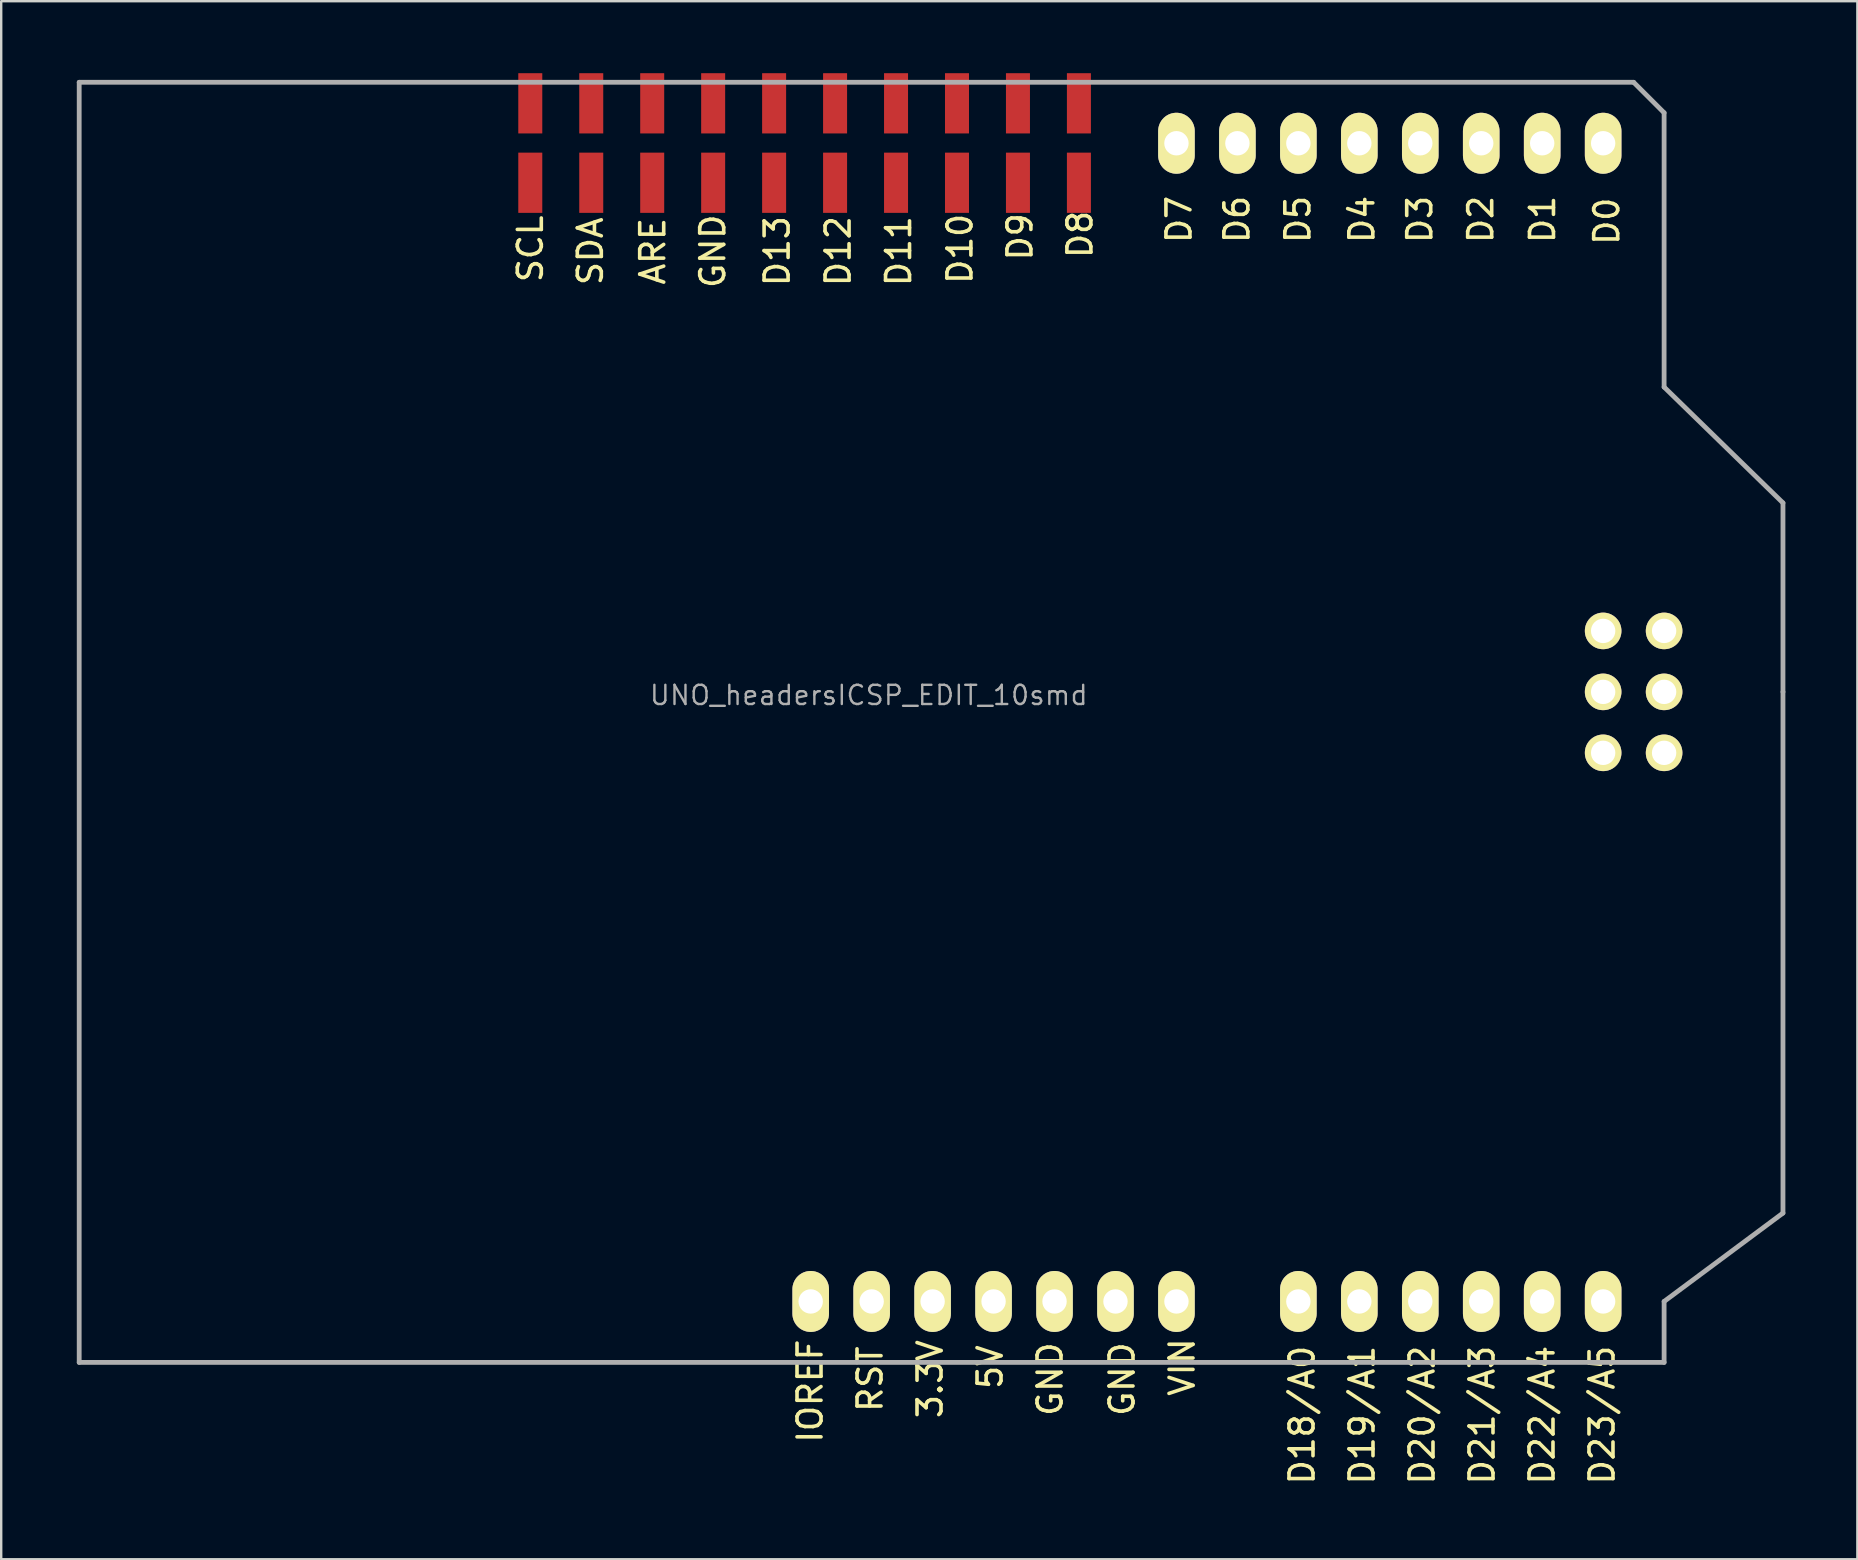
<source format=kicad_pcb>
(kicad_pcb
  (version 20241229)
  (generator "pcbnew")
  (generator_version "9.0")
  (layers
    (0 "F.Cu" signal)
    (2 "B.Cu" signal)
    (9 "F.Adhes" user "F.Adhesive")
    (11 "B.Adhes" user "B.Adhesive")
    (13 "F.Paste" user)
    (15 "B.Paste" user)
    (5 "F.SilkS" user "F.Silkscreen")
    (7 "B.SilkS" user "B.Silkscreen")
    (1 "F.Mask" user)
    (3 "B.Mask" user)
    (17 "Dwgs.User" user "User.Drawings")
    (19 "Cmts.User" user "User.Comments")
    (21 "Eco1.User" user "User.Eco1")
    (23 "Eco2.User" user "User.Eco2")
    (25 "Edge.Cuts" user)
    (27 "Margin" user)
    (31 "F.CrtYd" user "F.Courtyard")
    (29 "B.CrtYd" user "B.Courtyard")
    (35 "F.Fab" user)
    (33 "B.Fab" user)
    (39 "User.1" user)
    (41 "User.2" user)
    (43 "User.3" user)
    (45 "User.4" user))
  (footprint "UNO_headersICSP_EDIT_10smd"
    (layer "F.Cu")
    (at 0.25 53.719)
    (property "Reference" "UNO_headersICSP_EDIT_10smd" (at 32.9 -27.8 0) (layer "F.Fab") (effects (font (size 0.8 0.8) (thickness 0.1))))
    (attr through_hole)
    (fp_line (start 0 0) (end 0 -53.34) (stroke (width 0.2) (type solid)) (layer "F.Fab"))
    (fp_line (start 0 0) (end 66.04 0) (stroke (width 0.2) (type solid)) (layer "F.Fab"))
    (fp_line (start 64.77 -53.34) (end 0 -53.34) (stroke (width 0.2) (type solid)) (layer "F.Fab"))
    (fp_line (start 66.04 -52.07) (end 64.77 -53.34) (stroke (width 0.2) (type solid)) (layer "F.Fab"))
    (fp_line (start 66.04 -40.64) (end 66.04 -52.07) (stroke (width 0.2) (type solid)) (layer "F.Fab"))
    (fp_line (start 66.04 -40.64) (end 70.993 -35.814) (stroke (width 0.2) (type solid)) (layer "F.Fab"))
    (fp_line (start 66.04 -2.54) (end 66.04 0) (stroke (width 0.2) (type solid)) (layer "F.Fab"))
    (fp_line (start 66.04 -2.54) (end 70.993 -6.223) (stroke (width 0.2) (type solid)) (layer "F.Fab"))
    (fp_line (start 70.993 -35.814) (end 70.993 -27.94) (stroke (width 0.2) (type solid)) (layer "F.Fab"))
    (fp_line (start 70.993 -27.94) (end 70.993 -6.223) (stroke (width 0.2) (type solid)) (layer "F.Fab"))
    (fp_text user "D8" (at 41.7 -47 90) (layer "F.SilkS") (effects (font (size 1 1) (thickness 0.15))))
    (fp_text user "D7" (at 45.827 -47.625 90) (layer "F.SilkS") (effects (font (size 1 1) (thickness 0.15))))
    (fp_text user "IOREF" (at 30.455 1.196 90) (layer "F.SilkS") (effects (font (size 1 1) (thickness 0.15))))
    (fp_text user "D2" (at 58.4 -47.625 90) (layer "F.SilkS") (effects (font (size 1 1) (thickness 0.15))))
    (fp_text user "D0" (at 63.65 -47.55 90) (layer "F.SilkS") (effects (font (size 1 1) (thickness 0.15))))
    (fp_text user "3.3V" (at 35.455 0.696 90) (layer "F.SilkS") (effects (font (size 1 1) (thickness 0.15))))
    (fp_text user "D1" (at 60.975 -47.625 90) (layer "F.SilkS") (effects (font (size 1 1) (thickness 0.15))))
    (fp_text user "D19/A1" (at 53.455 2.196 90) (layer "F.SilkS") (effects (font (size 1 1) (thickness 0.15))))
    (fp_text user "ARE" (at 23.9 -46.3 90) (layer "F.SilkS") (effects (font (size 1 1) (thickness 0.15))))
    (fp_text user "GND" (at 43.455 0.696 90) (layer "F.SilkS") (effects (font (size 1 1) (thickness 0.15))))
    (fp_text user "D13" (at 29.083 -46.304 90) (layer "F.SilkS") (effects (font (size 1 1) (thickness 0.15))))
    (fp_text user "D18/A0" (at 50.955 2.196 90) (layer "F.SilkS") (effects (font (size 1 1) (thickness 0.15))))
    (fp_text user "D20/A2" (at 55.955 2.196 90) (layer "F.SilkS") (effects (font (size 1 1) (thickness 0.15))))
    (fp_text user "SDA" (at 21.3 -46.3 90) (layer "F.SilkS") (effects (font (size 1 1) (thickness 0.15))))
    (fp_text user "D5" (at 50.78 -47.625 90) (layer "F.SilkS") (effects (font (size 1 1) (thickness 0.15))))
    (fp_text user "GND" (at 26.4 -46.3 90) (layer "F.SilkS") (effects (font (size 1 1) (thickness 0.15))))
    (fp_text user "D12" (at 31.623 -46.304 90) (layer "F.SilkS") (effects (font (size 1 1) (thickness 0.15))))
    (fp_text user "D4" (at 53.447 -47.625 90) (layer "F.SilkS") (effects (font (size 1 1) (thickness 0.15))))
    (fp_text user "D11" (at 34.143 -46.304 90) (layer "F.SilkS") (effects (font (size 1 1) (thickness 0.15))))
    (fp_text user "D21/A3" (at 58.455 2.196 90) (layer "F.SilkS") (effects (font (size 1 1) (thickness 0.15))))
    (fp_text user "D9" (at 39.2 -46.9 90) (layer "F.SilkS") (effects (font (size 1 1) (thickness 0.15))))
    (fp_text user "D22/A4" (at 60.955 2.196 90) (layer "F.SilkS") (effects (font (size 1 1) (thickness 0.15))))
    (fp_text user "VIN" (at 45.955 0.196 90) (layer "F.SilkS") (effects (font (size 1 1) (thickness 0.15))))
    (fp_text user "D10" (at 36.7 -46.4 90) (layer "F.SilkS") (effects (font (size 1 1) (thickness 0.15))))
    (fp_text user "SCL" (at 18.8 -46.4 90) (layer "F.SilkS") (effects (font (size 1 1) (thickness 0.15))))
    (fp_text user "D23/A5" (at 63.455 2.196 90) (layer "F.SilkS") (effects (font (size 1 1) (thickness 0.15))))
    (fp_text user "GND" (at 40.455 0.696 90) (layer "F.SilkS") (effects (font (size 1 1) (thickness 0.15))))
    (fp_text user "D3" (at 55.86 -47.625 90) (layer "F.SilkS") (effects (font (size 1 1) (thickness 0.15))))
    (fp_text user "D6" (at 48.24 -47.625 90) (layer "F.SilkS") (effects (font (size 1 1) (thickness 0.15))))
    (fp_text user "5V" (at 37.955 0.196 90) (layer "F.SilkS") (effects (font (size 1 1) (thickness 0.15))))
    (fp_text user "RST" (at 32.955 0.696 90) (layer "F.SilkS") (effects (font (size 1 1) (thickness 0.15))))
    (pad "3V3" thru_hole oval (at 35.56 -2.54 90) (size 2.54 1.524) (drill 1.016) (layers "*.Cu" "*.Mask" "F.SilkS"))
    (pad "5V" thru_hole oval (at 38.1 -2.54 90) (size 2.54 1.524) (drill 1.016) (layers "*.Cu" "*.Mask" "F.SilkS"))
    (pad "A0" thru_hole oval (at 50.8 -2.54 90) (size 2.54 1.524) (drill 1.016) (layers "*.Cu" "*.Mask" "F.SilkS"))
    (pad "A1" thru_hole oval (at 53.34 -2.54 90) (size 2.54 1.524) (drill 1.016) (layers "*.Cu" "*.Mask" "F.SilkS"))
    (pad "A2" thru_hole oval (at 55.88 -2.54 90) (size 2.54 1.524) (drill 1.016) (layers "*.Cu" "*.Mask" "F.SilkS"))
    (pad "A3" thru_hole oval (at 58.42 -2.54 90) (size 2.54 1.524) (drill 1.016) (layers "*.Cu" "*.Mask" "F.SilkS"))
    (pad "A4" thru_hole oval (at 60.96 -2.54 90) (size 2.54 1.524) (drill 1.016) (layers "*.Cu" "*.Mask" "F.SilkS"))
    (pad "A5" thru_hole oval (at 63.5 -2.54 90) (size 2.54 1.524) (drill 1.016) (layers "*.Cu" "*.Mask" "F.SilkS"))
    (pad "AREF" smd rect (at 23.876 -52.464) (size 1 2.51) (layers "F.Cu" "F.Mask" "F.Paste"))
    (pad "AREF" smd rect (at 23.876 -49.154) (size 1 2.51) (layers "F.Cu" "F.Mask" "F.Paste"))
    (pad "D0" thru_hole oval (at 63.5 -50.8 90) (size 2.54 1.524) (drill 1.016) (layers "*.Cu" "*.Mask" "F.SilkS"))
    (pad "D1" thru_hole oval (at 60.96 -50.8 90) (size 2.54 1.524) (drill 1.016) (layers "*.Cu" "*.Mask" "F.SilkS"))
    (pad "D2" thru_hole oval (at 58.42 -50.8 90) (size 2.54 1.524) (drill 1.016) (layers "*.Cu" "*.Mask" "F.SilkS"))
    (pad "D3" thru_hole oval (at 55.88 -50.8 90) (size 2.54 1.524) (drill 1.016) (layers "*.Cu" "*.Mask" "F.SilkS"))
    (pad "D4" thru_hole oval (at 53.34 -50.8 90) (size 2.54 1.524) (drill 1.016) (layers "*.Cu" "*.Mask" "F.SilkS"))
    (pad "D5" thru_hole oval (at 50.8 -50.8 90) (size 2.54 1.524) (drill 1.016) (layers "*.Cu" "*.Mask" "F.SilkS"))
    (pad "D6" thru_hole oval (at 48.26 -50.8 90) (size 2.54 1.524) (drill 1.016) (layers "*.Cu" "*.Mask" "F.SilkS"))
    (pad "D7" thru_hole oval (at 45.72 -50.8 90) (size 2.54 1.524) (drill 1.016) (layers "*.Cu" "*.Mask" "F.SilkS"))
    (pad "D8" smd rect (at 41.656 -52.464) (size 1 2.51) (layers "F.Cu" "F.Mask" "F.Paste"))
    (pad "D8" smd rect (at 41.656 -49.154) (size 1 2.51) (layers "F.Cu" "F.Mask" "F.Paste"))
    (pad "D9" smd rect (at 39.116 -52.464) (size 1 2.51) (layers "F.Cu" "F.Mask" "F.Paste"))
    (pad "D9" smd rect (at 39.116 -49.154) (size 1 2.51) (layers "F.Cu" "F.Mask" "F.Paste"))
    (pad "D10" smd rect (at 36.576 -52.464) (size 1 2.51) (layers "F.Cu" "F.Mask" "F.Paste"))
    (pad "D10" smd rect (at 36.576 -49.154) (size 1 2.51) (layers "F.Cu" "F.Mask" "F.Paste"))
    (pad "D11" smd rect (at 34.036 -52.464) (size 1 2.51) (layers "F.Cu" "F.Mask" "F.Paste"))
    (pad "D11" smd rect (at 34.036 -49.154) (size 1 2.51) (layers "F.Cu" "F.Mask" "F.Paste"))
    (pad "D12" smd rect (at 31.496 -52.464) (size 1 2.51) (layers "F.Cu" "F.Mask" "F.Paste"))
    (pad "D12" smd rect (at 31.496 -49.154) (size 1 2.51) (layers "F.Cu" "F.Mask" "F.Paste"))
    (pad "D13" smd rect (at 28.956 -52.464) (size 1 2.51) (layers "F.Cu" "F.Mask" "F.Paste"))
    (pad "D13" smd rect (at 28.956 -49.154) (size 1 2.51) (layers "F.Cu" "F.Mask" "F.Paste"))
    (pad "GND1" thru_hole oval (at 40.64 -2.54 90) (size 2.54 1.524) (drill 1.016) (layers "*.Cu" "*.Mask" "F.SilkS"))
    (pad "GND2" thru_hole oval (at 43.18 -2.54 90) (size 2.54 1.524) (drill 1.016) (layers "*.Cu" "*.Mask" "F.SilkS"))
    (pad "GND3" smd rect (at 26.416 -52.464) (size 1 2.51) (layers "F.Cu" "F.Mask" "F.Paste"))
    (pad "GND3" smd rect (at 26.416 -49.154) (size 1 2.51) (layers "F.Cu" "F.Mask" "F.Paste"))
    (pad "IO" thru_hole oval (at 30.48 -2.54 90) (size 2.54 1.524) (drill 1.016) (layers "*.Cu" "*.Mask" "F.SilkS"))
    (pad "RST" thru_hole oval (at 33.02 -2.54 90) (size 2.54 1.524) (drill 1.016) (layers "*.Cu" "*.Mask" "F.SilkS"))
    (pad "SCL" smd rect (at 18.796 -52.464) (size 1 2.51) (layers "F.Cu" "F.Mask" "F.Paste"))
    (pad "SCL" smd rect (at 18.796 -49.154) (size 1 2.51) (layers "F.Cu" "F.Mask" "F.Paste"))
    (pad "SDA" smd rect (at 21.336 -52.464) (size 1 2.51) (layers "F.Cu" "F.Mask" "F.Paste"))
    (pad "SDA" smd rect (at 21.336 -49.154) (size 1 2.51) (layers "F.Cu" "F.Mask" "F.Paste"))
    (pad "SP1" thru_hole circle (at 63.5 -30.48 90) (size 1.524 1.524) (drill 1.016) (layers "*.Cu" "*.Mask" "F.SilkS"))
    (pad "SP2" thru_hole circle (at 66.04 -30.48 90) (size 1.524 1.524) (drill 1.016) (layers "*.Cu" "*.Mask" "F.SilkS"))
    (pad "SP3" thru_hole circle (at 63.5 -27.94 90) (size 1.524 1.524) (drill 1.016) (layers "*.Cu" "*.Mask" "F.SilkS"))
    (pad "SP4" thru_hole circle (at 66.04 -27.94 90) (size 1.524 1.524) (drill 1.016) (layers "*.Cu" "*.Mask" "F.SilkS"))
    (pad "SP5" thru_hole circle (at 63.5 -25.4 90) (size 1.524 1.524) (drill 1.016) (layers "*.Cu" "*.Mask" "F.SilkS"))
    (pad "SP6" thru_hole circle (at 66.04 -25.4 90) (size 1.524 1.524) (drill 1.016) (layers "*.Cu" "*.Mask" "F.SilkS"))
    (pad "VIN" thru_hole oval (at 45.72 -2.54 90) (size 2.54 1.524) (drill 1.016) (layers "*.Cu" "*.Mask" "F.SilkS")))
  (gr_rect
    (start -3 -3)
    (end 74.343 61.921)
    (stroke (width 0.1) (type default))
    (fill no)
    (layer "Edge.Cuts")))
</source>
